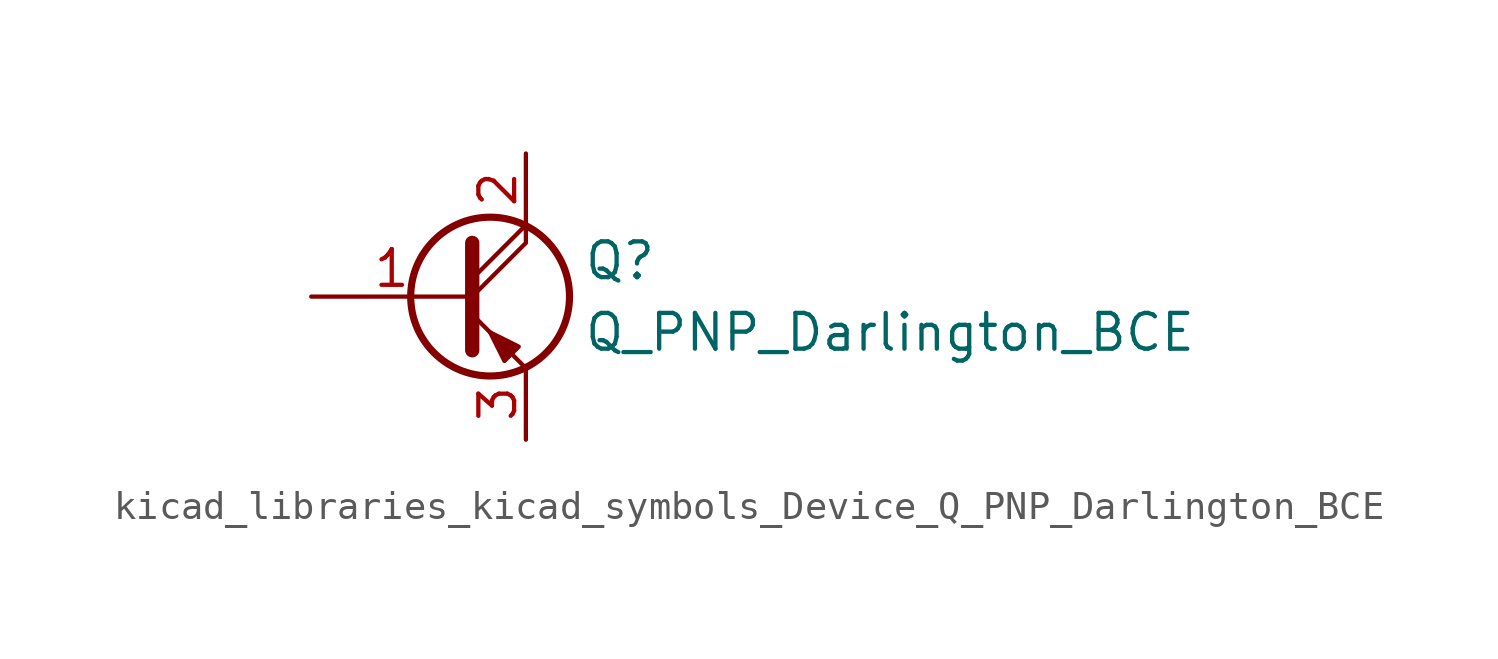
<source format=kicad_sym>
(kicad_symbol_lib
  (version 20220914)
  (generator kicad_symbol_editor)
  (symbol "kicad_libraries_kicad_symbols_Device_Q_PNP_Darlington_BCE"
    (pin_names
      (offset 0) hide)
    (property "Reference" "Q"
      (at 4.572 1.27 0)
      (effects (font (size 1.27 1.27)) (justify left)))
    (property "Value" "Q_PNP_Darlington_BCE"
      (at 4.572 -1.27 0)
      (effects (font (size 1.27 1.27)) (justify left)))
    (symbol "kicad_libraries_kicad_symbols_Device_Q_PNP_Darlington_BCE_0_1"
      (polyline (pts (xy 0.635 0.635) (xy 2.54 2.54)) (stroke (width 0) (type default)) (fill (type none)))
      (polyline (pts (xy 0.635 -0.635) (xy 2.54 -2.54) (xy 2.54 -2.54)) (stroke (width 0) (type default)) (fill (type none)))
      (polyline (pts (xy 0.635 0) (xy 2.54 1.905) (xy 2.54 2.54)) (stroke (width 0) (type default)) (fill (type none)))
      (polyline (pts (xy 0.635 1.905) (xy 0.635 -1.905) (xy 0.635 -1.905)) (stroke (width 0.508) (type default)) (fill (type none)))
      (polyline (pts (xy 2.286 -1.778) (xy 1.778 -2.286) (xy 1.27 -1.27) (xy 2.286 -1.778) (xy 2.286 -1.778)) (stroke (width 0) (type default)) (fill (type outline)))
      (circle (center 1.27 0) (radius 2.819) (stroke (width 0.254) (type default)) (fill (type none))))
    (symbol "kicad_libraries_kicad_symbols_Device_Q_PNP_Darlington_BCE_1_1"
      (pin input line (at -5.08 0 0) (length 5.715) (name "B" (effects (font (size 1.27 1.27)))) (number "1" (effects (font (size 1.27 1.27)))))
      (pin passive line (at 2.54 5.08 270) (length 2.54) (name "C" (effects (font (size 1.27 1.27)))) (number "2" (effects (font (size 1.27 1.27)))))
      (pin passive line (at 2.54 -5.08 90) (length 2.54) (name "E" (effects (font (size 1.27 1.27)))) (number "3" (effects (font (size 1.27 1.27))))))))
</source>
